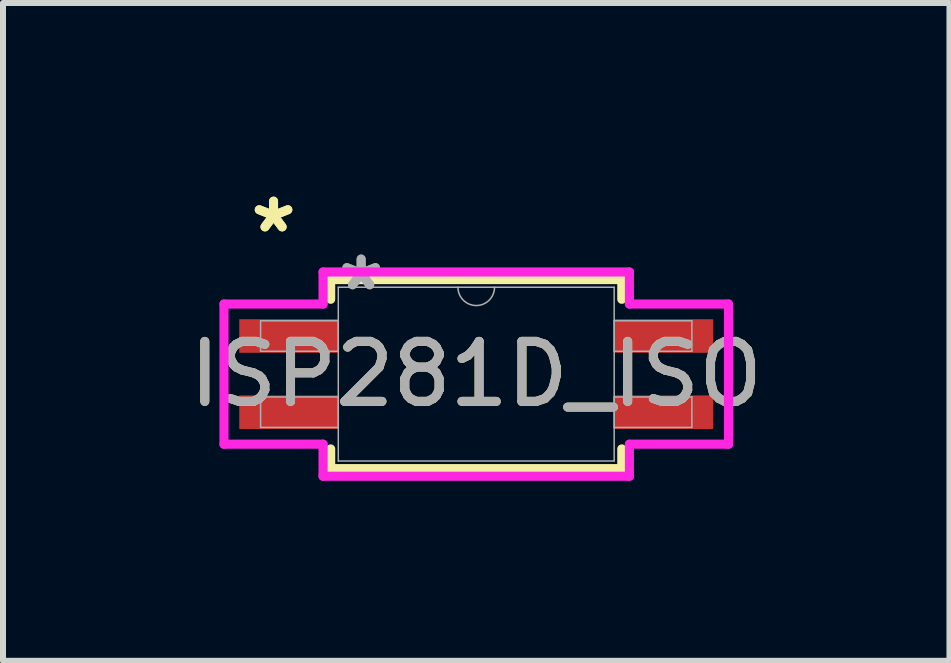
<source format=kicad_pcb>
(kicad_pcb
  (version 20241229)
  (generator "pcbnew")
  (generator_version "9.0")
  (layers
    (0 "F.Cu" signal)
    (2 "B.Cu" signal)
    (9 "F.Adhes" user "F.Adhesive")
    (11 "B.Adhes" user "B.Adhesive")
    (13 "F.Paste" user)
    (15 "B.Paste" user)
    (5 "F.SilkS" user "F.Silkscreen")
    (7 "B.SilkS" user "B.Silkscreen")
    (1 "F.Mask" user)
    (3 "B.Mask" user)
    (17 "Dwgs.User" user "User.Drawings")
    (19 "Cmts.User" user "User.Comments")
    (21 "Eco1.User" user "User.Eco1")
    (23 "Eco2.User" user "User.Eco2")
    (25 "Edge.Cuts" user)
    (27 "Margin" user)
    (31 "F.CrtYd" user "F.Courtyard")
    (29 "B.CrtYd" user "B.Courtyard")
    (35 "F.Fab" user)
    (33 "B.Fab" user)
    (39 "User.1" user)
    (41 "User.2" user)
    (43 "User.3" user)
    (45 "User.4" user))
  (footprint "ISP281D_ISO"
    (layer "F.Cu")
    (at 4.887 3.185)
    (property "Reference" "ISP281D_ISO" (at 0 0 0) (unlocked yes) (layer "F.SilkS") (effects (font (size 1 1) (thickness 0.15))))
    (attr smd)
    (fp_line (start -2.426 -1.575) (end -2.426 -1.247) (stroke (width 0.152) (type solid)) (layer "F.SilkS"))
    (fp_line (start -2.426 1.247) (end -2.426 1.575) (stroke (width 0.152) (type solid)) (layer "F.SilkS"))
    (fp_line (start -2.426 1.575) (end 2.426 1.575) (stroke (width 0.152) (type solid)) (layer "F.SilkS"))
    (fp_line (start 2.426 -1.575) (end -2.426 -1.575) (stroke (width 0.152) (type solid)) (layer "F.SilkS"))
    (fp_line (start 2.426 -1.247) (end 2.426 -1.575) (stroke (width 0.152) (type solid)) (layer "F.SilkS"))
    (fp_line (start 2.426 1.575) (end 2.426 1.247) (stroke (width 0.152) (type solid)) (layer "F.SilkS"))
    (fp_line (start -4.204 -1.168) (end -2.553 -1.168) (stroke (width 0.152) (type solid)) (layer "F.CrtYd"))
    (fp_line (start -4.204 1.168) (end -4.204 -1.168) (stroke (width 0.152) (type solid)) (layer "F.CrtYd"))
    (fp_line (start -4.204 1.168) (end -2.553 1.168) (stroke (width 0.152) (type solid)) (layer "F.CrtYd"))
    (fp_line (start -2.553 -1.702) (end 2.553 -1.702) (stroke (width 0.152) (type solid)) (layer "F.CrtYd"))
    (fp_line (start -2.553 -1.168) (end -2.553 -1.702) (stroke (width 0.152) (type solid)) (layer "F.CrtYd"))
    (fp_line (start -2.553 1.702) (end -2.553 1.168) (stroke (width 0.152) (type solid)) (layer "F.CrtYd"))
    (fp_line (start 2.553 -1.702) (end 2.553 -1.168) (stroke (width 0.152) (type solid)) (layer "F.CrtYd"))
    (fp_line (start 2.553 1.168) (end 2.553 1.702) (stroke (width 0.152) (type solid)) (layer "F.CrtYd"))
    (fp_line (start 2.553 1.702) (end -2.553 1.702) (stroke (width 0.152) (type solid)) (layer "F.CrtYd"))
    (fp_line (start 4.204 -1.168) (end 2.553 -1.168) (stroke (width 0.152) (type solid)) (layer "F.CrtYd"))
    (fp_line (start 4.204 -1.168) (end 4.204 1.168) (stroke (width 0.152) (type solid)) (layer "F.CrtYd"))
    (fp_line (start 4.204 1.168) (end 2.553 1.168) (stroke (width 0.152) (type solid)) (layer "F.CrtYd"))
    (fp_line (start -3.594 -0.889) (end -3.594 -0.381) (stroke (width 0.025) (type solid)) (layer "F.Fab"))
    (fp_line (start -3.594 -0.381) (end -2.299 -0.381) (stroke (width 0.025) (type solid)) (layer "F.Fab"))
    (fp_line (start -3.594 0.381) (end -3.594 0.889) (stroke (width 0.025) (type solid)) (layer "F.Fab"))
    (fp_line (start -3.594 0.889) (end -2.299 0.889) (stroke (width 0.025) (type solid)) (layer "F.Fab"))
    (fp_line (start -2.299 -1.448) (end -2.299 1.448) (stroke (width 0.025) (type solid)) (layer "F.Fab"))
    (fp_line (start -2.299 -0.889) (end -3.594 -0.889) (stroke (width 0.025) (type solid)) (layer "F.Fab"))
    (fp_line (start -2.299 -0.381) (end -2.299 -0.889) (stroke (width 0.025) (type solid)) (layer "F.Fab"))
    (fp_line (start -2.299 0.381) (end -3.594 0.381) (stroke (width 0.025) (type solid)) (layer "F.Fab"))
    (fp_line (start -2.299 0.889) (end -2.299 0.381) (stroke (width 0.025) (type solid)) (layer "F.Fab"))
    (fp_line (start -2.299 1.448) (end 2.299 1.448) (stroke (width 0.025) (type solid)) (layer "F.Fab"))
    (fp_line (start 2.299 -1.448) (end -2.299 -1.448) (stroke (width 0.025) (type solid)) (layer "F.Fab"))
    (fp_line (start 2.299 -0.889) (end 2.299 -0.381) (stroke (width 0.025) (type solid)) (layer "F.Fab"))
    (fp_line (start 2.299 -0.381) (end 3.594 -0.381) (stroke (width 0.025) (type solid)) (layer "F.Fab"))
    (fp_line (start 2.299 0.381) (end 2.299 0.889) (stroke (width 0.025) (type solid)) (layer "F.Fab"))
    (fp_line (start 2.299 0.889) (end 3.594 0.889) (stroke (width 0.025) (type solid)) (layer "F.Fab"))
    (fp_line (start 2.299 1.448) (end 2.299 -1.448) (stroke (width 0.025) (type solid)) (layer "F.Fab"))
    (fp_line (start 3.594 -0.889) (end 2.299 -0.889) (stroke (width 0.025) (type solid)) (layer "F.Fab"))
    (fp_line (start 3.594 -0.381) (end 3.594 -0.889) (stroke (width 0.025) (type solid)) (layer "F.Fab"))
    (fp_line (start 3.594 0.381) (end 2.299 0.381) (stroke (width 0.025) (type solid)) (layer "F.Fab"))
    (fp_line (start 3.594 0.889) (end 3.594 0.381) (stroke (width 0.025) (type solid)) (layer "F.Fab"))
    (fp_arc (start 0.3048 -1.4478) (mid 0 -1.143) (end -0.3048 -1.4478) (stroke (width 0.0254) (type solid)) (layer "F.Fab"))
    (fp_text user "*" (at -3.378 -2.337 0) (unlocked yes) (layer "F.SilkS") (effects (font (size 1 1) (thickness 0.15))))
    (fp_text user "*" (at -3.378 -2.337 0) (layer "F.SilkS") (effects (font (size 1 1) (thickness 0.15))))
    (fp_text user "${REFERENCE}" (at 0 0 0) (unlocked yes) (layer "F.Fab") (effects (font (size 1 1) (thickness 0.15))))
    (fp_text user "*" (at -1.918 -1.372 0) (unlocked yes) (layer "F.Fab") (effects (font (size 1 1) (thickness 0.15))))
    (fp_text user "*" (at -1.918 -1.372 0) (layer "F.Fab") (effects (font (size 1 1) (thickness 0.15))))
    (pad "1" smd rect (at -3.124 -0.635) (size 1.651 0.559) (layers "F.Cu" "F.Mask" "F.Paste"))
    (pad "2" smd rect (at -3.124 0.635) (size 1.651 0.559) (layers "F.Cu" "F.Mask" "F.Paste"))
    (pad "3" smd rect (at 3.124 0.635) (size 1.651 0.559) (layers "F.Cu" "F.Mask" "F.Paste"))
    (pad "4" smd rect (at 3.124 -0.635) (size 1.651 0.559) (layers "F.Cu" "F.Mask" "F.Paste")))
  (gr_rect
    (start -3 -3)
    (end 12.774 7.963)
    (stroke (width 0.1) (type default))
    (fill no)
    (layer "Edge.Cuts")))
</source>
